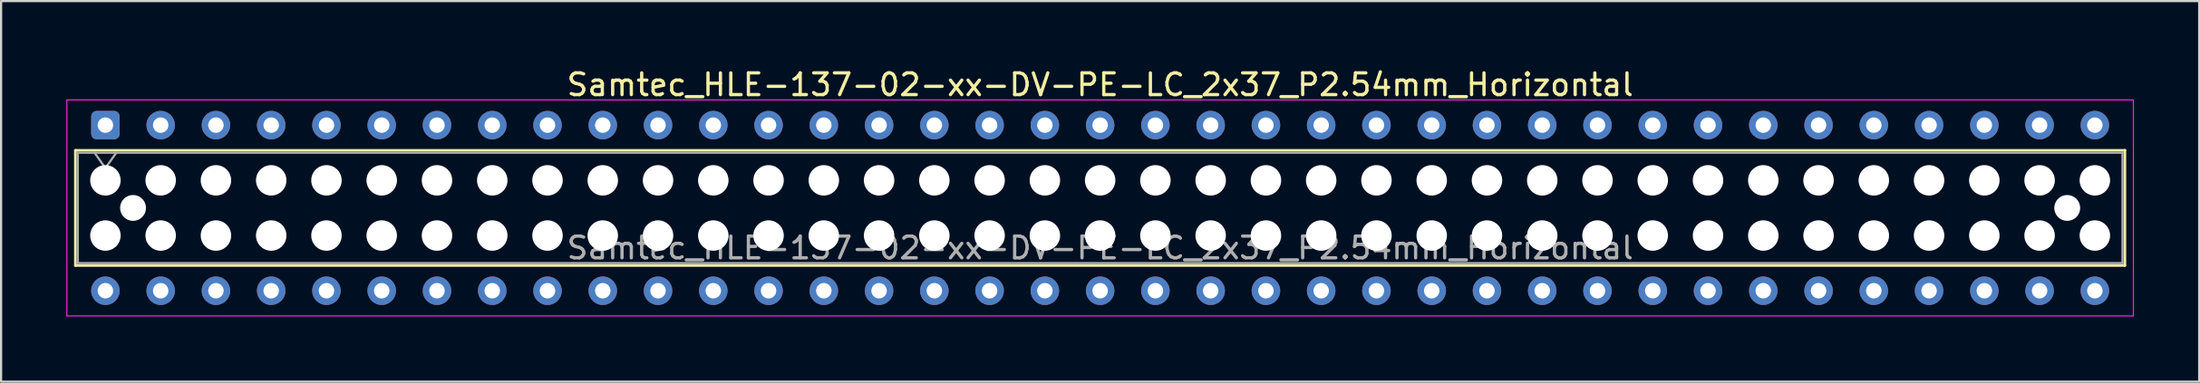
<source format=kicad_pcb>
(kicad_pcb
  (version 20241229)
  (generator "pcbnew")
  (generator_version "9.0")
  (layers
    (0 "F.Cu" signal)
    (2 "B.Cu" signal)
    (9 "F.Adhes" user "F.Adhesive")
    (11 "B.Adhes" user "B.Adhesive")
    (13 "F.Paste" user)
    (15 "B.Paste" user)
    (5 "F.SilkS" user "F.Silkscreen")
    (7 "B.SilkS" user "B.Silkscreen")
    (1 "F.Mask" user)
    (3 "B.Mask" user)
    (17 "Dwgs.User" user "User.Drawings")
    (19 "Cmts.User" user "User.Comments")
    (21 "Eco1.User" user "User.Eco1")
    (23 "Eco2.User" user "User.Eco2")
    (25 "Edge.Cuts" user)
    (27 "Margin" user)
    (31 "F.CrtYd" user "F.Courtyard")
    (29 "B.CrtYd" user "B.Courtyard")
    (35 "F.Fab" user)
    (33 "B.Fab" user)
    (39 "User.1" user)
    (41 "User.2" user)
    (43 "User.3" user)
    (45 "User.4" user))
  (footprint "Samtec_HLE-137-02-xx-DV-PE-LC_2x37_P2.54mm_Horizontal"
    (layer "F.Cu")
    (at 1.795 2.708)
    (property "Reference" "Samtec_HLE-137-02-xx-DV-PE-LC_2x37_P2.54mm_Horizontal" (at 45.72 -1.86 0) (layer "F.SilkS") (effects (font (size 1 1) (thickness 0.15))))
    (attr through_hole)
    (fp_line (start -1.38 1.16) (end 92.82 1.16) (stroke (width 0.12) (type solid)) (layer "F.SilkS"))
    (fp_line (start -1.38 6.46) (end -1.38 1.16) (stroke (width 0.12) (type solid)) (layer "F.SilkS"))
    (fp_line (start 92.82 1.16) (end 92.82 6.46) (stroke (width 0.12) (type solid)) (layer "F.SilkS"))
    (fp_line (start 92.82 6.46) (end -1.38 6.46) (stroke (width 0.12) (type solid)) (layer "F.SilkS"))
    (fp_line (start -1.77 -1.16) (end 93.21 -1.16) (stroke (width 0.05) (type solid)) (layer "F.CrtYd"))
    (fp_line (start -1.77 8.78) (end -1.77 -1.16) (stroke (width 0.05) (type solid)) (layer "F.CrtYd"))
    (fp_line (start 93.21 -1.16) (end 93.21 8.78) (stroke (width 0.05) (type solid)) (layer "F.CrtYd"))
    (fp_line (start 93.21 8.78) (end -1.77 8.78) (stroke (width 0.05) (type solid)) (layer "F.CrtYd"))
    (fp_line (start -1.27 1.27) (end 92.71 1.27) (stroke (width 0.1) (type solid)) (layer "F.Fab"))
    (fp_line (start -1.27 6.35) (end -1.27 1.27) (stroke (width 0.1) (type solid)) (layer "F.Fab"))
    (fp_line (start -0.5 1.27) (end 0 1.977) (stroke (width 0.1) (type solid)) (layer "F.Fab"))
    (fp_line (start 0 1.977) (end 0.5 1.27) (stroke (width 0.1) (type solid)) (layer "F.Fab"))
    (fp_line (start 92.71 1.27) (end 92.71 6.35) (stroke (width 0.1) (type solid)) (layer "F.Fab"))
    (fp_line (start 92.71 6.35) (end -1.27 6.35) (stroke (width 0.1) (type solid)) (layer "F.Fab"))
    (fp_text user "${REFERENCE}" (at 45.72 5.65 0) (layer "F.Fab") (effects (font (size 1 1) (thickness 0.15))))
    (pad "" np_thru_hole circle (at 0 2.54) (size 1.4 1.4) (drill 1.4) (layers "*.Cu" "*.Mask"))
    (pad "" np_thru_hole circle (at 0 5.08) (size 1.4 1.4) (drill 1.4) (layers "*.Cu" "*.Mask"))
    (pad "" np_thru_hole circle (at 1.27 3.81) (size 1.19 1.19) (drill 1.19) (layers "*.Cu" "*.Mask"))
    (pad "" np_thru_hole circle (at 2.54 2.54) (size 1.4 1.4) (drill 1.4) (layers "*.Cu" "*.Mask"))
    (pad "" np_thru_hole circle (at 2.54 5.08) (size 1.4 1.4) (drill 1.4) (layers "*.Cu" "*.Mask"))
    (pad "" np_thru_hole circle (at 5.08 2.54) (size 1.4 1.4) (drill 1.4) (layers "*.Cu" "*.Mask"))
    (pad "" np_thru_hole circle (at 5.08 5.08) (size 1.4 1.4) (drill 1.4) (layers "*.Cu" "*.Mask"))
    (pad "" np_thru_hole circle (at 7.62 2.54) (size 1.4 1.4) (drill 1.4) (layers "*.Cu" "*.Mask"))
    (pad "" np_thru_hole circle (at 7.62 5.08) (size 1.4 1.4) (drill 1.4) (layers "*.Cu" "*.Mask"))
    (pad "" np_thru_hole circle (at 10.16 2.54) (size 1.4 1.4) (drill 1.4) (layers "*.Cu" "*.Mask"))
    (pad "" np_thru_hole circle (at 10.16 5.08) (size 1.4 1.4) (drill 1.4) (layers "*.Cu" "*.Mask"))
    (pad "" np_thru_hole circle (at 12.7 2.54) (size 1.4 1.4) (drill 1.4) (layers "*.Cu" "*.Mask"))
    (pad "" np_thru_hole circle (at 12.7 5.08) (size 1.4 1.4) (drill 1.4) (layers "*.Cu" "*.Mask"))
    (pad "" np_thru_hole circle (at 15.24 2.54) (size 1.4 1.4) (drill 1.4) (layers "*.Cu" "*.Mask"))
    (pad "" np_thru_hole circle (at 15.24 5.08) (size 1.4 1.4) (drill 1.4) (layers "*.Cu" "*.Mask"))
    (pad "" np_thru_hole circle (at 17.78 2.54) (size 1.4 1.4) (drill 1.4) (layers "*.Cu" "*.Mask"))
    (pad "" np_thru_hole circle (at 17.78 5.08) (size 1.4 1.4) (drill 1.4) (layers "*.Cu" "*.Mask"))
    (pad "" np_thru_hole circle (at 20.32 2.54) (size 1.4 1.4) (drill 1.4) (layers "*.Cu" "*.Mask"))
    (pad "" np_thru_hole circle (at 20.32 5.08) (size 1.4 1.4) (drill 1.4) (layers "*.Cu" "*.Mask"))
    (pad "" np_thru_hole circle (at 22.86 2.54) (size 1.4 1.4) (drill 1.4) (layers "*.Cu" "*.Mask"))
    (pad "" np_thru_hole circle (at 22.86 5.08) (size 1.4 1.4) (drill 1.4) (layers "*.Cu" "*.Mask"))
    (pad "" np_thru_hole circle (at 25.4 2.54) (size 1.4 1.4) (drill 1.4) (layers "*.Cu" "*.Mask"))
    (pad "" np_thru_hole circle (at 25.4 5.08) (size 1.4 1.4) (drill 1.4) (layers "*.Cu" "*.Mask"))
    (pad "" np_thru_hole circle (at 27.94 2.54) (size 1.4 1.4) (drill 1.4) (layers "*.Cu" "*.Mask"))
    (pad "" np_thru_hole circle (at 27.94 5.08) (size 1.4 1.4) (drill 1.4) (layers "*.Cu" "*.Mask"))
    (pad "" np_thru_hole circle (at 30.48 2.54) (size 1.4 1.4) (drill 1.4) (layers "*.Cu" "*.Mask"))
    (pad "" np_thru_hole circle (at 30.48 5.08) (size 1.4 1.4) (drill 1.4) (layers "*.Cu" "*.Mask"))
    (pad "" np_thru_hole circle (at 33.02 2.54) (size 1.4 1.4) (drill 1.4) (layers "*.Cu" "*.Mask"))
    (pad "" np_thru_hole circle (at 33.02 5.08) (size 1.4 1.4) (drill 1.4) (layers "*.Cu" "*.Mask"))
    (pad "" np_thru_hole circle (at 35.56 2.54) (size 1.4 1.4) (drill 1.4) (layers "*.Cu" "*.Mask"))
    (pad "" np_thru_hole circle (at 35.56 5.08) (size 1.4 1.4) (drill 1.4) (layers "*.Cu" "*.Mask"))
    (pad "" np_thru_hole circle (at 38.1 2.54) (size 1.4 1.4) (drill 1.4) (layers "*.Cu" "*.Mask"))
    (pad "" np_thru_hole circle (at 38.1 5.08) (size 1.4 1.4) (drill 1.4) (layers "*.Cu" "*.Mask"))
    (pad "" np_thru_hole circle (at 40.64 2.54) (size 1.4 1.4) (drill 1.4) (layers "*.Cu" "*.Mask"))
    (pad "" np_thru_hole circle (at 40.64 5.08) (size 1.4 1.4) (drill 1.4) (layers "*.Cu" "*.Mask"))
    (pad "" np_thru_hole circle (at 43.18 2.54) (size 1.4 1.4) (drill 1.4) (layers "*.Cu" "*.Mask"))
    (pad "" np_thru_hole circle (at 43.18 5.08) (size 1.4 1.4) (drill 1.4) (layers "*.Cu" "*.Mask"))
    (pad "" np_thru_hole circle (at 45.72 2.54) (size 1.4 1.4) (drill 1.4) (layers "*.Cu" "*.Mask"))
    (pad "" np_thru_hole circle (at 45.72 5.08) (size 1.4 1.4) (drill 1.4) (layers "*.Cu" "*.Mask"))
    (pad "" np_thru_hole circle (at 48.26 2.54) (size 1.4 1.4) (drill 1.4) (layers "*.Cu" "*.Mask"))
    (pad "" np_thru_hole circle (at 48.26 5.08) (size 1.4 1.4) (drill 1.4) (layers "*.Cu" "*.Mask"))
    (pad "" np_thru_hole circle (at 50.8 2.54) (size 1.4 1.4) (drill 1.4) (layers "*.Cu" "*.Mask"))
    (pad "" np_thru_hole circle (at 50.8 5.08) (size 1.4 1.4) (drill 1.4) (layers "*.Cu" "*.Mask"))
    (pad "" np_thru_hole circle (at 53.34 2.54) (size 1.4 1.4) (drill 1.4) (layers "*.Cu" "*.Mask"))
    (pad "" np_thru_hole circle (at 53.34 5.08) (size 1.4 1.4) (drill 1.4) (layers "*.Cu" "*.Mask"))
    (pad "" np_thru_hole circle (at 55.88 2.54) (size 1.4 1.4) (drill 1.4) (layers "*.Cu" "*.Mask"))
    (pad "" np_thru_hole circle (at 55.88 5.08) (size 1.4 1.4) (drill 1.4) (layers "*.Cu" "*.Mask"))
    (pad "" np_thru_hole circle (at 58.42 2.54) (size 1.4 1.4) (drill 1.4) (layers "*.Cu" "*.Mask"))
    (pad "" np_thru_hole circle (at 58.42 5.08) (size 1.4 1.4) (drill 1.4) (layers "*.Cu" "*.Mask"))
    (pad "" np_thru_hole circle (at 60.96 2.54) (size 1.4 1.4) (drill 1.4) (layers "*.Cu" "*.Mask"))
    (pad "" np_thru_hole circle (at 60.96 5.08) (size 1.4 1.4) (drill 1.4) (layers "*.Cu" "*.Mask"))
    (pad "" np_thru_hole circle (at 63.5 2.54) (size 1.4 1.4) (drill 1.4) (layers "*.Cu" "*.Mask"))
    (pad "" np_thru_hole circle (at 63.5 5.08) (size 1.4 1.4) (drill 1.4) (layers "*.Cu" "*.Mask"))
    (pad "" np_thru_hole circle (at 66.04 2.54) (size 1.4 1.4) (drill 1.4) (layers "*.Cu" "*.Mask"))
    (pad "" np_thru_hole circle (at 66.04 5.08) (size 1.4 1.4) (drill 1.4) (layers "*.Cu" "*.Mask"))
    (pad "" np_thru_hole circle (at 68.58 2.54) (size 1.4 1.4) (drill 1.4) (layers "*.Cu" "*.Mask"))
    (pad "" np_thru_hole circle (at 68.58 5.08) (size 1.4 1.4) (drill 1.4) (layers "*.Cu" "*.Mask"))
    (pad "" np_thru_hole circle (at 71.12 2.54) (size 1.4 1.4) (drill 1.4) (layers "*.Cu" "*.Mask"))
    (pad "" np_thru_hole circle (at 71.12 5.08) (size 1.4 1.4) (drill 1.4) (layers "*.Cu" "*.Mask"))
    (pad "" np_thru_hole circle (at 73.66 2.54) (size 1.4 1.4) (drill 1.4) (layers "*.Cu" "*.Mask"))
    (pad "" np_thru_hole circle (at 73.66 5.08) (size 1.4 1.4) (drill 1.4) (layers "*.Cu" "*.Mask"))
    (pad "" np_thru_hole circle (at 76.2 2.54) (size 1.4 1.4) (drill 1.4) (layers "*.Cu" "*.Mask"))
    (pad "" np_thru_hole circle (at 76.2 5.08) (size 1.4 1.4) (drill 1.4) (layers "*.Cu" "*.Mask"))
    (pad "" np_thru_hole circle (at 78.74 2.54) (size 1.4 1.4) (drill 1.4) (layers "*.Cu" "*.Mask"))
    (pad "" np_thru_hole circle (at 78.74 5.08) (size 1.4 1.4) (drill 1.4) (layers "*.Cu" "*.Mask"))
    (pad "" np_thru_hole circle (at 81.28 2.54) (size 1.4 1.4) (drill 1.4) (layers "*.Cu" "*.Mask"))
    (pad "" np_thru_hole circle (at 81.28 5.08) (size 1.4 1.4) (drill 1.4) (layers "*.Cu" "*.Mask"))
    (pad "" np_thru_hole circle (at 83.82 2.54) (size 1.4 1.4) (drill 1.4) (layers "*.Cu" "*.Mask"))
    (pad "" np_thru_hole circle (at 83.82 5.08) (size 1.4 1.4) (drill 1.4) (layers "*.Cu" "*.Mask"))
    (pad "" np_thru_hole circle (at 86.36 2.54) (size 1.4 1.4) (drill 1.4) (layers "*.Cu" "*.Mask"))
    (pad "" np_thru_hole circle (at 86.36 5.08) (size 1.4 1.4) (drill 1.4) (layers "*.Cu" "*.Mask"))
    (pad "" np_thru_hole circle (at 88.9 2.54) (size 1.4 1.4) (drill 1.4) (layers "*.Cu" "*.Mask"))
    (pad "" np_thru_hole circle (at 88.9 5.08) (size 1.4 1.4) (drill 1.4) (layers "*.Cu" "*.Mask"))
    (pad "" np_thru_hole circle (at 90.17 3.81) (size 1.19 1.19) (drill 1.19) (layers "*.Cu" "*.Mask"))
    (pad "" np_thru_hole circle (at 91.44 2.54) (size 1.4 1.4) (drill 1.4) (layers "*.Cu" "*.Mask"))
    (pad "" np_thru_hole circle (at 91.44 5.08) (size 1.4 1.4) (drill 1.4) (layers "*.Cu" "*.Mask"))
    (pad "1" thru_hole roundrect (at 0 0) (size 1.31 1.31) (drill 0.71) (layers "*.Cu" "*.Mask") (roundrect_rratio 0.191))
    (pad "2" thru_hole circle (at 0 7.62) (size 1.31 1.31) (drill 0.71) (layers "*.Cu" "*.Mask"))
    (pad "3" thru_hole circle (at 2.54 0) (size 1.31 1.31) (drill 0.71) (layers "*.Cu" "*.Mask"))
    (pad "4" thru_hole circle (at 2.54 7.62) (size 1.31 1.31) (drill 0.71) (layers "*.Cu" "*.Mask"))
    (pad "5" thru_hole circle (at 5.08 0) (size 1.31 1.31) (drill 0.71) (layers "*.Cu" "*.Mask"))
    (pad "6" thru_hole circle (at 5.08 7.62) (size 1.31 1.31) (drill 0.71) (layers "*.Cu" "*.Mask"))
    (pad "7" thru_hole circle (at 7.62 0) (size 1.31 1.31) (drill 0.71) (layers "*.Cu" "*.Mask"))
    (pad "8" thru_hole circle (at 7.62 7.62) (size 1.31 1.31) (drill 0.71) (layers "*.Cu" "*.Mask"))
    (pad "9" thru_hole circle (at 10.16 0) (size 1.31 1.31) (drill 0.71) (layers "*.Cu" "*.Mask"))
    (pad "10" thru_hole circle (at 10.16 7.62) (size 1.31 1.31) (drill 0.71) (layers "*.Cu" "*.Mask"))
    (pad "11" thru_hole circle (at 12.7 0) (size 1.31 1.31) (drill 0.71) (layers "*.Cu" "*.Mask"))
    (pad "12" thru_hole circle (at 12.7 7.62) (size 1.31 1.31) (drill 0.71) (layers "*.Cu" "*.Mask"))
    (pad "13" thru_hole circle (at 15.24 0) (size 1.31 1.31) (drill 0.71) (layers "*.Cu" "*.Mask"))
    (pad "14" thru_hole circle (at 15.24 7.62) (size 1.31 1.31) (drill 0.71) (layers "*.Cu" "*.Mask"))
    (pad "15" thru_hole circle (at 17.78 0) (size 1.31 1.31) (drill 0.71) (layers "*.Cu" "*.Mask"))
    (pad "16" thru_hole circle (at 17.78 7.62) (size 1.31 1.31) (drill 0.71) (layers "*.Cu" "*.Mask"))
    (pad "17" thru_hole circle (at 20.32 0) (size 1.31 1.31) (drill 0.71) (layers "*.Cu" "*.Mask"))
    (pad "18" thru_hole circle (at 20.32 7.62) (size 1.31 1.31) (drill 0.71) (layers "*.Cu" "*.Mask"))
    (pad "19" thru_hole circle (at 22.86 0) (size 1.31 1.31) (drill 0.71) (layers "*.Cu" "*.Mask"))
    (pad "20" thru_hole circle (at 22.86 7.62) (size 1.31 1.31) (drill 0.71) (layers "*.Cu" "*.Mask"))
    (pad "21" thru_hole circle (at 25.4 0) (size 1.31 1.31) (drill 0.71) (layers "*.Cu" "*.Mask"))
    (pad "22" thru_hole circle (at 25.4 7.62) (size 1.31 1.31) (drill 0.71) (layers "*.Cu" "*.Mask"))
    (pad "23" thru_hole circle (at 27.94 0) (size 1.31 1.31) (drill 0.71) (layers "*.Cu" "*.Mask"))
    (pad "24" thru_hole circle (at 27.94 7.62) (size 1.31 1.31) (drill 0.71) (layers "*.Cu" "*.Mask"))
    (pad "25" thru_hole circle (at 30.48 0) (size 1.31 1.31) (drill 0.71) (layers "*.Cu" "*.Mask"))
    (pad "26" thru_hole circle (at 30.48 7.62) (size 1.31 1.31) (drill 0.71) (layers "*.Cu" "*.Mask"))
    (pad "27" thru_hole circle (at 33.02 0) (size 1.31 1.31) (drill 0.71) (layers "*.Cu" "*.Mask"))
    (pad "28" thru_hole circle (at 33.02 7.62) (size 1.31 1.31) (drill 0.71) (layers "*.Cu" "*.Mask"))
    (pad "29" thru_hole circle (at 35.56 0) (size 1.31 1.31) (drill 0.71) (layers "*.Cu" "*.Mask"))
    (pad "30" thru_hole circle (at 35.56 7.62) (size 1.31 1.31) (drill 0.71) (layers "*.Cu" "*.Mask"))
    (pad "31" thru_hole circle (at 38.1 0) (size 1.31 1.31) (drill 0.71) (layers "*.Cu" "*.Mask"))
    (pad "32" thru_hole circle (at 38.1 7.62) (size 1.31 1.31) (drill 0.71) (layers "*.Cu" "*.Mask"))
    (pad "33" thru_hole circle (at 40.64 0) (size 1.31 1.31) (drill 0.71) (layers "*.Cu" "*.Mask"))
    (pad "34" thru_hole circle (at 40.64 7.62) (size 1.31 1.31) (drill 0.71) (layers "*.Cu" "*.Mask"))
    (pad "35" thru_hole circle (at 43.18 0) (size 1.31 1.31) (drill 0.71) (layers "*.Cu" "*.Mask"))
    (pad "36" thru_hole circle (at 43.18 7.62) (size 1.31 1.31) (drill 0.71) (layers "*.Cu" "*.Mask"))
    (pad "37" thru_hole circle (at 45.72 0) (size 1.31 1.31) (drill 0.71) (layers "*.Cu" "*.Mask"))
    (pad "38" thru_hole circle (at 45.72 7.62) (size 1.31 1.31) (drill 0.71) (layers "*.Cu" "*.Mask"))
    (pad "39" thru_hole circle (at 48.26 0) (size 1.31 1.31) (drill 0.71) (layers "*.Cu" "*.Mask"))
    (pad "40" thru_hole circle (at 48.26 7.62) (size 1.31 1.31) (drill 0.71) (layers "*.Cu" "*.Mask"))
    (pad "41" thru_hole circle (at 50.8 0) (size 1.31 1.31) (drill 0.71) (layers "*.Cu" "*.Mask"))
    (pad "42" thru_hole circle (at 50.8 7.62) (size 1.31 1.31) (drill 0.71) (layers "*.Cu" "*.Mask"))
    (pad "43" thru_hole circle (at 53.34 0) (size 1.31 1.31) (drill 0.71) (layers "*.Cu" "*.Mask"))
    (pad "44" thru_hole circle (at 53.34 7.62) (size 1.31 1.31) (drill 0.71) (layers "*.Cu" "*.Mask"))
    (pad "45" thru_hole circle (at 55.88 0) (size 1.31 1.31) (drill 0.71) (layers "*.Cu" "*.Mask"))
    (pad "46" thru_hole circle (at 55.88 7.62) (size 1.31 1.31) (drill 0.71) (layers "*.Cu" "*.Mask"))
    (pad "47" thru_hole circle (at 58.42 0) (size 1.31 1.31) (drill 0.71) (layers "*.Cu" "*.Mask"))
    (pad "48" thru_hole circle (at 58.42 7.62) (size 1.31 1.31) (drill 0.71) (layers "*.Cu" "*.Mask"))
    (pad "49" thru_hole circle (at 60.96 0) (size 1.31 1.31) (drill 0.71) (layers "*.Cu" "*.Mask"))
    (pad "50" thru_hole circle (at 60.96 7.62) (size 1.31 1.31) (drill 0.71) (layers "*.Cu" "*.Mask"))
    (pad "51" thru_hole circle (at 63.5 0) (size 1.31 1.31) (drill 0.71) (layers "*.Cu" "*.Mask"))
    (pad "52" thru_hole circle (at 63.5 7.62) (size 1.31 1.31) (drill 0.71) (layers "*.Cu" "*.Mask"))
    (pad "53" thru_hole circle (at 66.04 0) (size 1.31 1.31) (drill 0.71) (layers "*.Cu" "*.Mask"))
    (pad "54" thru_hole circle (at 66.04 7.62) (size 1.31 1.31) (drill 0.71) (layers "*.Cu" "*.Mask"))
    (pad "55" thru_hole circle (at 68.58 0) (size 1.31 1.31) (drill 0.71) (layers "*.Cu" "*.Mask"))
    (pad "56" thru_hole circle (at 68.58 7.62) (size 1.31 1.31) (drill 0.71) (layers "*.Cu" "*.Mask"))
    (pad "57" thru_hole circle (at 71.12 0) (size 1.31 1.31) (drill 0.71) (layers "*.Cu" "*.Mask"))
    (pad "58" thru_hole circle (at 71.12 7.62) (size 1.31 1.31) (drill 0.71) (layers "*.Cu" "*.Mask"))
    (pad "59" thru_hole circle (at 73.66 0) (size 1.31 1.31) (drill 0.71) (layers "*.Cu" "*.Mask"))
    (pad "60" thru_hole circle (at 73.66 7.62) (size 1.31 1.31) (drill 0.71) (layers "*.Cu" "*.Mask"))
    (pad "61" thru_hole circle (at 76.2 0) (size 1.31 1.31) (drill 0.71) (layers "*.Cu" "*.Mask"))
    (pad "62" thru_hole circle (at 76.2 7.62) (size 1.31 1.31) (drill 0.71) (layers "*.Cu" "*.Mask"))
    (pad "63" thru_hole circle (at 78.74 0) (size 1.31 1.31) (drill 0.71) (layers "*.Cu" "*.Mask"))
    (pad "64" thru_hole circle (at 78.74 7.62) (size 1.31 1.31) (drill 0.71) (layers "*.Cu" "*.Mask"))
    (pad "65" thru_hole circle (at 81.28 0) (size 1.31 1.31) (drill 0.71) (layers "*.Cu" "*.Mask"))
    (pad "66" thru_hole circle (at 81.28 7.62) (size 1.31 1.31) (drill 0.71) (layers "*.Cu" "*.Mask"))
    (pad "67" thru_hole circle (at 83.82 0) (size 1.31 1.31) (drill 0.71) (layers "*.Cu" "*.Mask"))
    (pad "68" thru_hole circle (at 83.82 7.62) (size 1.31 1.31) (drill 0.71) (layers "*.Cu" "*.Mask"))
    (pad "69" thru_hole circle (at 86.36 0) (size 1.31 1.31) (drill 0.71) (layers "*.Cu" "*.Mask"))
    (pad "70" thru_hole circle (at 86.36 7.62) (size 1.31 1.31) (drill 0.71) (layers "*.Cu" "*.Mask"))
    (pad "71" thru_hole circle (at 88.9 0) (size 1.31 1.31) (drill 0.71) (layers "*.Cu" "*.Mask"))
    (pad "72" thru_hole circle (at 88.9 7.62) (size 1.31 1.31) (drill 0.71) (layers "*.Cu" "*.Mask"))
    (pad "73" thru_hole circle (at 91.44 0) (size 1.31 1.31) (drill 0.71) (layers "*.Cu" "*.Mask"))
    (pad "74" thru_hole circle (at 91.44 7.62) (size 1.31 1.31) (drill 0.71) (layers "*.Cu" "*.Mask")))
  (gr_rect
    (start -3 -3)
    (end 98.03 14.513)
    (stroke (width 0.1) (type default))
    (fill no)
    (layer "Edge.Cuts")))
</source>
